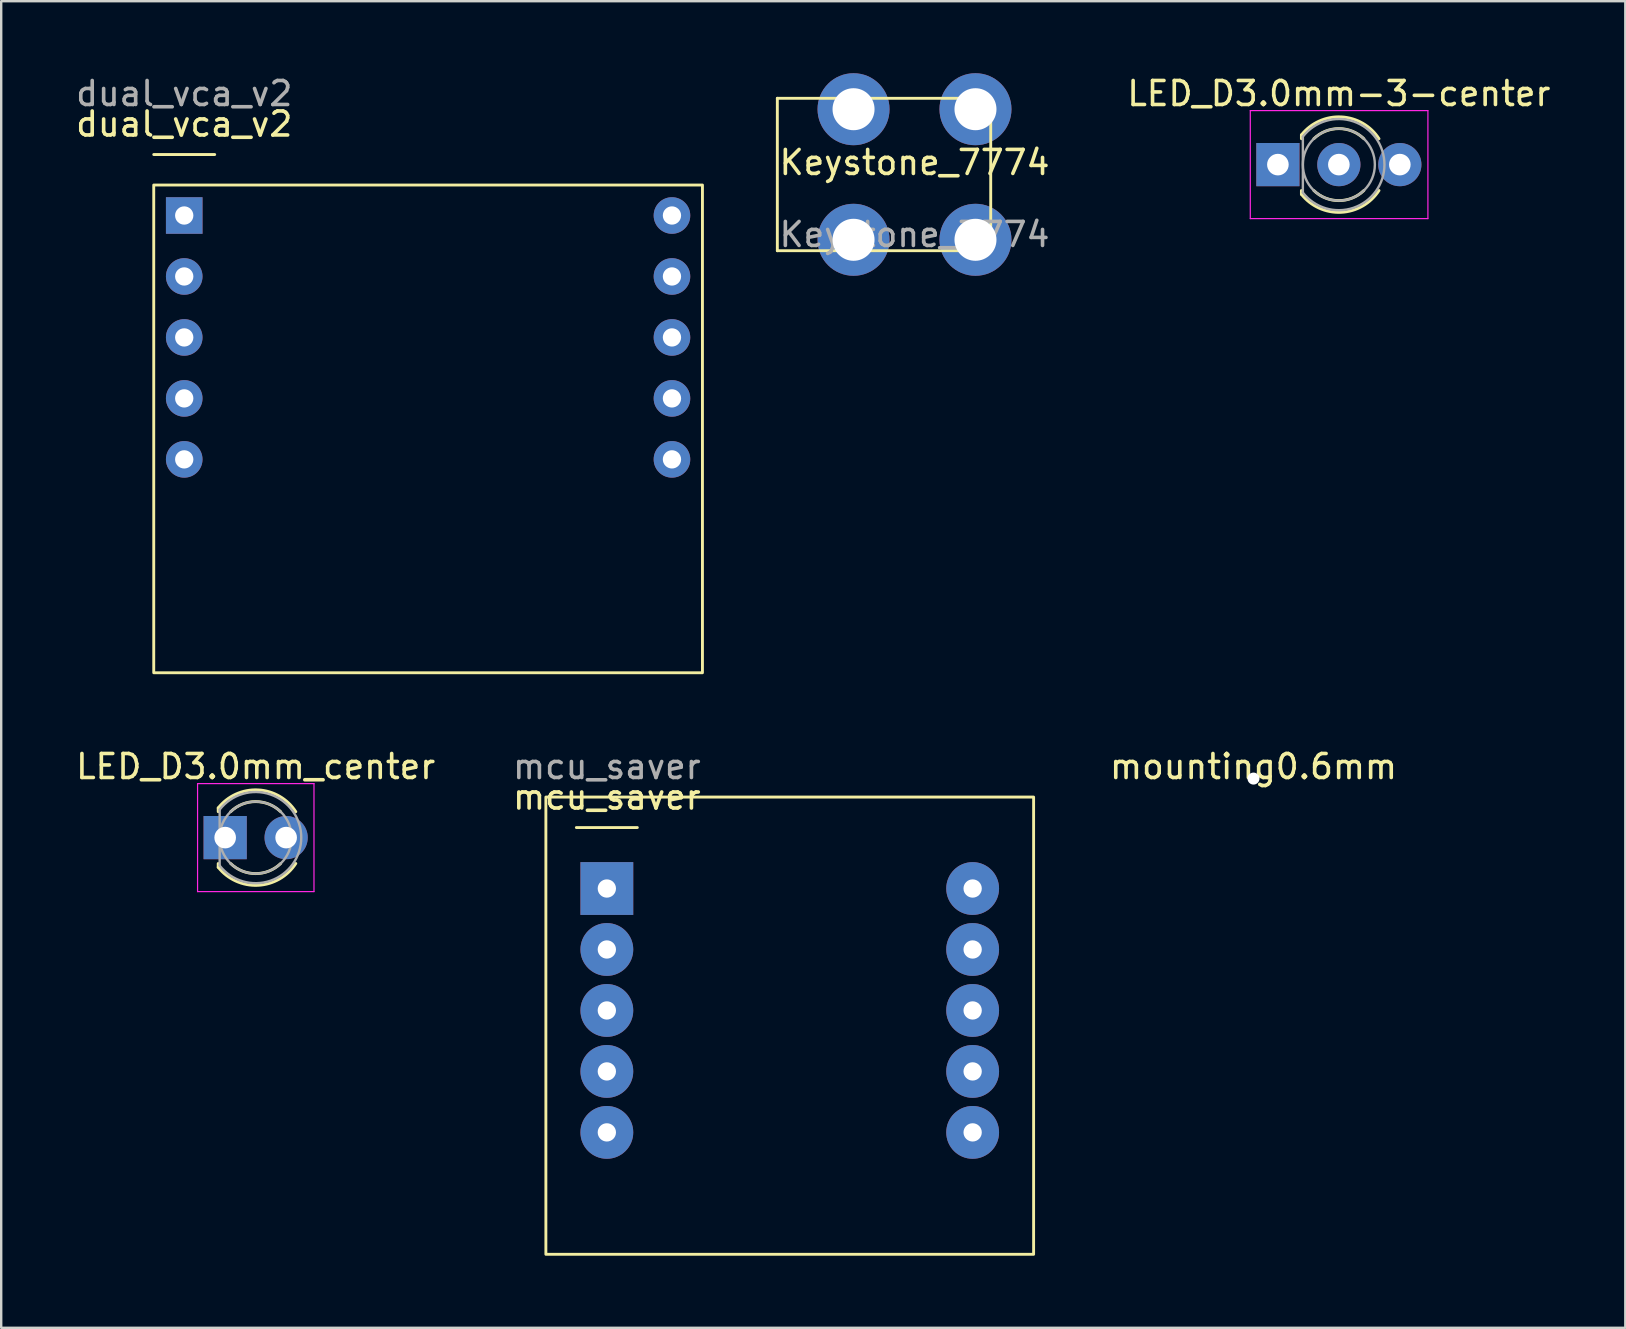
<source format=kicad_pcb>
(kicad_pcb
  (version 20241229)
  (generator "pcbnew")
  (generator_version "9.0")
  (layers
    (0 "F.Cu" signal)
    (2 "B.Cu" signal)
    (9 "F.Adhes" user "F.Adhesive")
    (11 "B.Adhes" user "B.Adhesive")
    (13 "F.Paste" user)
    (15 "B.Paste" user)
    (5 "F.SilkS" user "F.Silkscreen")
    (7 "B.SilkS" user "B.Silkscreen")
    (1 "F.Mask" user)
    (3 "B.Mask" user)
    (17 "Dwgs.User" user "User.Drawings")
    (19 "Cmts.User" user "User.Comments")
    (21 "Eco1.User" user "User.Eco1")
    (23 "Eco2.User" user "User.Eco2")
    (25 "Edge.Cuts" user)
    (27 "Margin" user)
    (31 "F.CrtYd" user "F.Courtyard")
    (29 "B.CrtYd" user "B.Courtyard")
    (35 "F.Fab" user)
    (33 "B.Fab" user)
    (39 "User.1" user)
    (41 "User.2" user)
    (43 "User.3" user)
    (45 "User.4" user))
  (footprint "mounting0.6mm"
    (layer "F.Cu")
    (at 49.173 29.387)
    (property "Reference" "mounting0.6mm" (at 0 -0.5 0) (unlocked yes) (layer "F.SilkS") (effects (font (size 1 1) (thickness 0.15))))
    (attr smd)
    (pad "" np_thru_hole circle (at 0 0) (size 0.5 0.5) (drill 0.6) (layers "*.Cu" "*.Mask")))
  (footprint "LED_D3.0mm_center"
    (layer "F.Cu")
    (at 7.601 31.846)
    (property "Reference" "LED_D3.0mm_center" (at 0 -2.96 180) (layer "F.SilkS") (effects (font (size 1 1) (thickness 0.15))))
    (attr through_hole)
    (fp_line (start -1.56 -1.236) (end -1.56 -1.08) (stroke (width 0.12) (type solid)) (layer "F.SilkS"))
    (fp_line (start -1.56 1.08) (end -1.56 1.236) (stroke (width 0.12) (type solid)) (layer "F.SilkS"))
    (fp_arc (start -1.56 -1.235516) (mid 0.096487 -1.987659) (end 1.672335 -1.078608) (stroke (width 0.12) (type solid)) (layer "F.SilkS"))
    (fp_arc (start -1.040961 -1.08) (mid 0.000117 -1.5) (end 1.04113 -1.079837) (stroke (width 0.12) (type solid)) (layer "F.SilkS"))
    (fp_arc (start 1.04113 1.079837) (mid 0.000117 1.5) (end -1.040961 1.08) (stroke (width 0.12) (type solid)) (layer "F.SilkS"))
    (fp_arc (start 1.672335 1.078608) (mid 0.096487 1.987659) (end -1.56 1.235516) (stroke (width 0.12) (type solid)) (layer "F.SilkS"))
    (fp_line (start -2.42 -2.25) (end -2.42 2.25) (stroke (width 0.05) (type solid)) (layer "F.CrtYd"))
    (fp_line (start -2.42 2.25) (end 2.43 2.25) (stroke (width 0.05) (type solid)) (layer "F.CrtYd"))
    (fp_line (start 2.43 -2.25) (end -2.42 -2.25) (stroke (width 0.05) (type solid)) (layer "F.CrtYd"))
    (fp_line (start 2.43 2.25) (end 2.43 -2.25) (stroke (width 0.05) (type solid)) (layer "F.CrtYd"))
    (fp_line (start -1.5 -1.166) (end -1.5 1.166) (stroke (width 0.1) (type solid)) (layer "F.Fab"))
    (fp_arc (start -1.5 -1.16619) (mid 1.9 0.000452) (end -1.500555 1.165476) (stroke (width 0.1) (type solid)) (layer "F.Fab"))
    (fp_circle (center 0 0) (end 1.5 0) (stroke (width 0.1) (type solid)) (fill no) (layer "F.Fab"))
    (pad "1" thru_hole rect (at -1.27 0) (size 1.8 1.8) (drill 0.9) (layers "*.Cu" "*.Mask"))
    (pad "2" thru_hole circle (at 1.27 0) (size 1.8 1.8) (drill 0.9) (layers "*.Cu" "*.Mask")))
  (footprint "LED_D3.0mm-3-center"
    (layer "F.Cu")
    (at 52.743 3.808)
    (property "Reference" "LED_D3.0mm-3-center" (at -0.014 -2.96 0) (layer "F.SilkS") (effects (font (size 1 1) (thickness 0.15))))
    (attr through_hole)
    (fp_line (start -1.574 -1.236) (end -1.574 -1.08) (stroke (width 0.12) (type solid)) (layer "F.SilkS"))
    (fp_line (start -1.574 1.08) (end -1.574 1.236) (stroke (width 0.12) (type solid)) (layer "F.SilkS"))
    (fp_arc (start -1.5744 -1.235516) (mid 0.082087 -1.987659) (end 1.657935 -1.078608) (stroke (width 0.12) (type solid)) (layer "F.SilkS"))
    (fp_arc (start -1.055361 -1.08) (mid -0.014283 -1.5) (end 1.02673 -1.079837) (stroke (width 0.12) (type solid)) (layer "F.SilkS"))
    (fp_arc (start 1.02673 1.079837) (mid -0.014283 1.5) (end -1.055361 1.08) (stroke (width 0.12) (type solid)) (layer "F.SilkS"))
    (fp_arc (start 1.657935 1.078608) (mid 0.082087 1.987659) (end -1.5744 1.235516) (stroke (width 0.12) (type solid)) (layer "F.SilkS"))
    (fp_line (start -3.704 -2.25) (end -3.704 2.25) (stroke (width 0.05) (type solid)) (layer "F.CrtYd"))
    (fp_line (start -3.704 2.25) (end 3.696 2.25) (stroke (width 0.05) (type solid)) (layer "F.CrtYd"))
    (fp_line (start 3.696 -2.25) (end -3.704 -2.25) (stroke (width 0.05) (type solid)) (layer "F.CrtYd"))
    (fp_line (start 3.696 2.25) (end 3.696 -2.25) (stroke (width 0.05) (type solid)) (layer "F.CrtYd"))
    (fp_line (start -1.514 -1.166) (end -1.514 1.166) (stroke (width 0.1) (type solid)) (layer "F.Fab"))
    (fp_arc (start -1.5144 -1.16619) (mid 1.8856 0.000452) (end -1.514955 1.165476) (stroke (width 0.1) (type solid)) (layer "F.Fab"))
    (fp_circle (center -0.014 0) (end 1.486 0) (stroke (width 0.1) (type solid)) (fill no) (layer "F.Fab"))
    (pad "1" thru_hole rect (at -2.554 0) (size 1.8 1.8) (drill 0.9) (layers "*.Cu" "*.Mask"))
    (pad "2" thru_hole circle (at -0.014 0) (size 1.8 1.8) (drill 0.9) (layers "*.Cu" "*.Mask"))
    (pad "3" thru_hole circle (at 2.526 0) (size 1.8 1.8) (drill 0.9) (layers "*.Cu" "*.Mask")))
  (footprint "Keystone_7774"
    (layer "F.Cu")
    (at 35.05 4.22)
    (property "Reference" "Keystone_7774" (at 0 -0.5 0) (unlocked yes) (layer "F.SilkS") (effects (font (size 1 1) (thickness 0.15))))
    (fp_line (start -5.715 -3.175) (end 3.175 -3.175) (stroke (width 0.12) (type solid)) (layer "F.SilkS"))
    (fp_line (start -5.715 3.175) (end -5.715 -3.175) (stroke (width 0.12) (type solid)) (layer "F.SilkS"))
    (fp_line (start 3.175 -3.175) (end 3.175 3.175) (stroke (width 0.12) (type solid)) (layer "F.SilkS"))
    (fp_line (start 3.175 3.175) (end -5.715 3.175) (stroke (width 0.12) (type solid)) (layer "F.SilkS"))
    (fp_text user "${REFERENCE}" (at 0 2.5 0) (unlocked yes) (layer "F.Fab") (effects (font (size 1 1) (thickness 0.15))))
    (pad "1" thru_hole circle (at -2.54 -2.72) (size 3 3) (drill 1.75) (layers "*.Cu" "*.Mask"))
    (pad "2" thru_hole circle (at 2.54 -2.72) (size 3 3) (drill 1.75) (layers "*.Cu" "*.Mask"))
    (pad "3" thru_hole circle (at -2.54 2.72) (size 3 3) (drill 1.75) (layers "*.Cu" "*.Mask"))
    (pad "4" thru_hole circle (at 2.54 2.72) (size 3 3) (drill 1.75) (layers "*.Cu" "*.Mask")))
  (footprint "mcu_saver"
    (layer "F.Cu")
    (at 22.232 33.967)
    (property "Reference" "mcu_saver" (at 0 -3.81 0) (unlocked yes) (layer "F.SilkS") (effects (font (size 1 1) (thickness 0.15))))
    (fp_line (start -1.27 -2.54) (end 1.27 -2.54) (stroke (width 0.12) (type solid)) (layer "F.SilkS"))
    (fp_rect (start -2.54 -3.81) (end 17.78 15.24) (stroke (width 0.12) (type solid)) (fill no) (layer "F.SilkS"))
    (fp_text user "${REFERENCE}" (at 0 -5.08 0) (unlocked yes) (layer "F.Fab") (effects (font (size 1 1) (thickness 0.15))))
    (pad "1" thru_hole rect (at 0 0) (size 2.2 2.2) (drill 0.762) (layers "*.Cu" "*.Mask"))
    (pad "2" thru_hole circle (at 0 2.54) (size 2.2 2.2) (drill 0.762) (property pad_prop_testpoint) (layers "*.Cu" "*.Mask"))
    (pad "3" thru_hole circle (at 0 5.08) (size 2.2 2.2) (drill 0.762) (property pad_prop_testpoint) (layers "*.Cu" "*.Mask"))
    (pad "4" thru_hole circle (at 0 7.62) (size 2.2 2.2) (drill 0.762) (property pad_prop_testpoint) (layers "*.Cu" "*.Mask"))
    (pad "5" thru_hole circle (at 0 10.16) (size 2.2 2.2) (drill 0.762) (property pad_prop_testpoint) (layers "*.Cu" "*.Mask"))
    (pad "6" thru_hole circle (at 15.24 10.16) (size 2.2 2.2) (drill 0.762) (property pad_prop_testpoint) (layers "*.Cu" "*.Mask"))
    (pad "7" thru_hole circle (at 15.24 7.62) (size 2.2 2.2) (drill 0.762) (property pad_prop_testpoint) (layers "*.Cu" "*.Mask"))
    (pad "8" thru_hole circle (at 15.24 5.08) (size 2.2 2.2) (drill 0.762) (property pad_prop_testpoint) (layers "*.Cu" "*.Mask"))
    (pad "9" thru_hole circle (at 15.24 2.54) (size 2.2 2.2) (drill 0.762) (property pad_prop_testpoint) (layers "*.Cu" "*.Mask"))
    (pad "10" thru_hole circle (at 15.24 0) (size 2.2 2.2) (drill 0.762) (property pad_prop_testpoint) (layers "*.Cu" "*.Mask")))
  (footprint "dual_vca_v2"
    (layer "F.Cu")
    (at 4.625 5.928)
    (property "Reference" "dual_vca_v2" (at 0 -3.81 0) (unlocked yes) (layer "F.SilkS") (effects (font (size 1 1) (thickness 0.15))))
    (fp_rect (start -1.27 -2.54) (end 1.27 -2.54) (stroke (width 0.12) (type solid)) (fill no) (layer "F.SilkS"))
    (fp_rect (start -1.27 -1.27) (end 21.59 19.05) (stroke (width 0.12) (type solid)) (fill no) (layer "F.SilkS"))
    (fp_text user "${REFERENCE}" (at 0 -5.08 0) (unlocked yes) (layer "F.Fab") (effects (font (size 1 1) (thickness 0.15))))
    (pad "1" thru_hole rect (at 0 0) (size 1.524 1.524) (drill 0.762) (layers "*.Cu" "*.Mask"))
    (pad "2" thru_hole circle (at 0 2.54) (size 1.524 1.524) (drill 0.762) (layers "*.Cu" "*.Mask"))
    (pad "3" thru_hole circle (at 0 5.08) (size 1.524 1.524) (drill 0.762) (layers "*.Cu" "*.Mask"))
    (pad "4" thru_hole circle (at 0 7.62) (size 1.524 1.524) (drill 0.762) (layers "*.Cu" "*.Mask"))
    (pad "5" thru_hole circle (at 0 10.16) (size 1.524 1.524) (drill 0.762) (layers "*.Cu" "*.Mask"))
    (pad "6" thru_hole circle (at 20.32 10.16) (size 1.524 1.524) (drill 0.762) (layers "*.Cu" "*.Mask"))
    (pad "7" thru_hole circle (at 20.32 7.62) (size 1.524 1.524) (drill 0.762) (layers "*.Cu" "*.Mask"))
    (pad "8" thru_hole circle (at 20.32 5.08) (size 1.524 1.524) (drill 0.762) (layers "*.Cu" "*.Mask"))
    (pad "9" thru_hole circle (at 20.32 2.54) (size 1.524 1.524) (drill 0.762) (layers "*.Cu" "*.Mask"))
    (pad "10" thru_hole circle (at 20.32 0) (size 1.524 1.524) (drill 0.762) (layers "*.Cu" "*.Mask")))
  (gr_rect
    (start -3 -3)
    (end 64.663 52.267)
    (stroke (width 0.1) (type default))
    (fill no)
    (layer "Edge.Cuts")))
</source>
